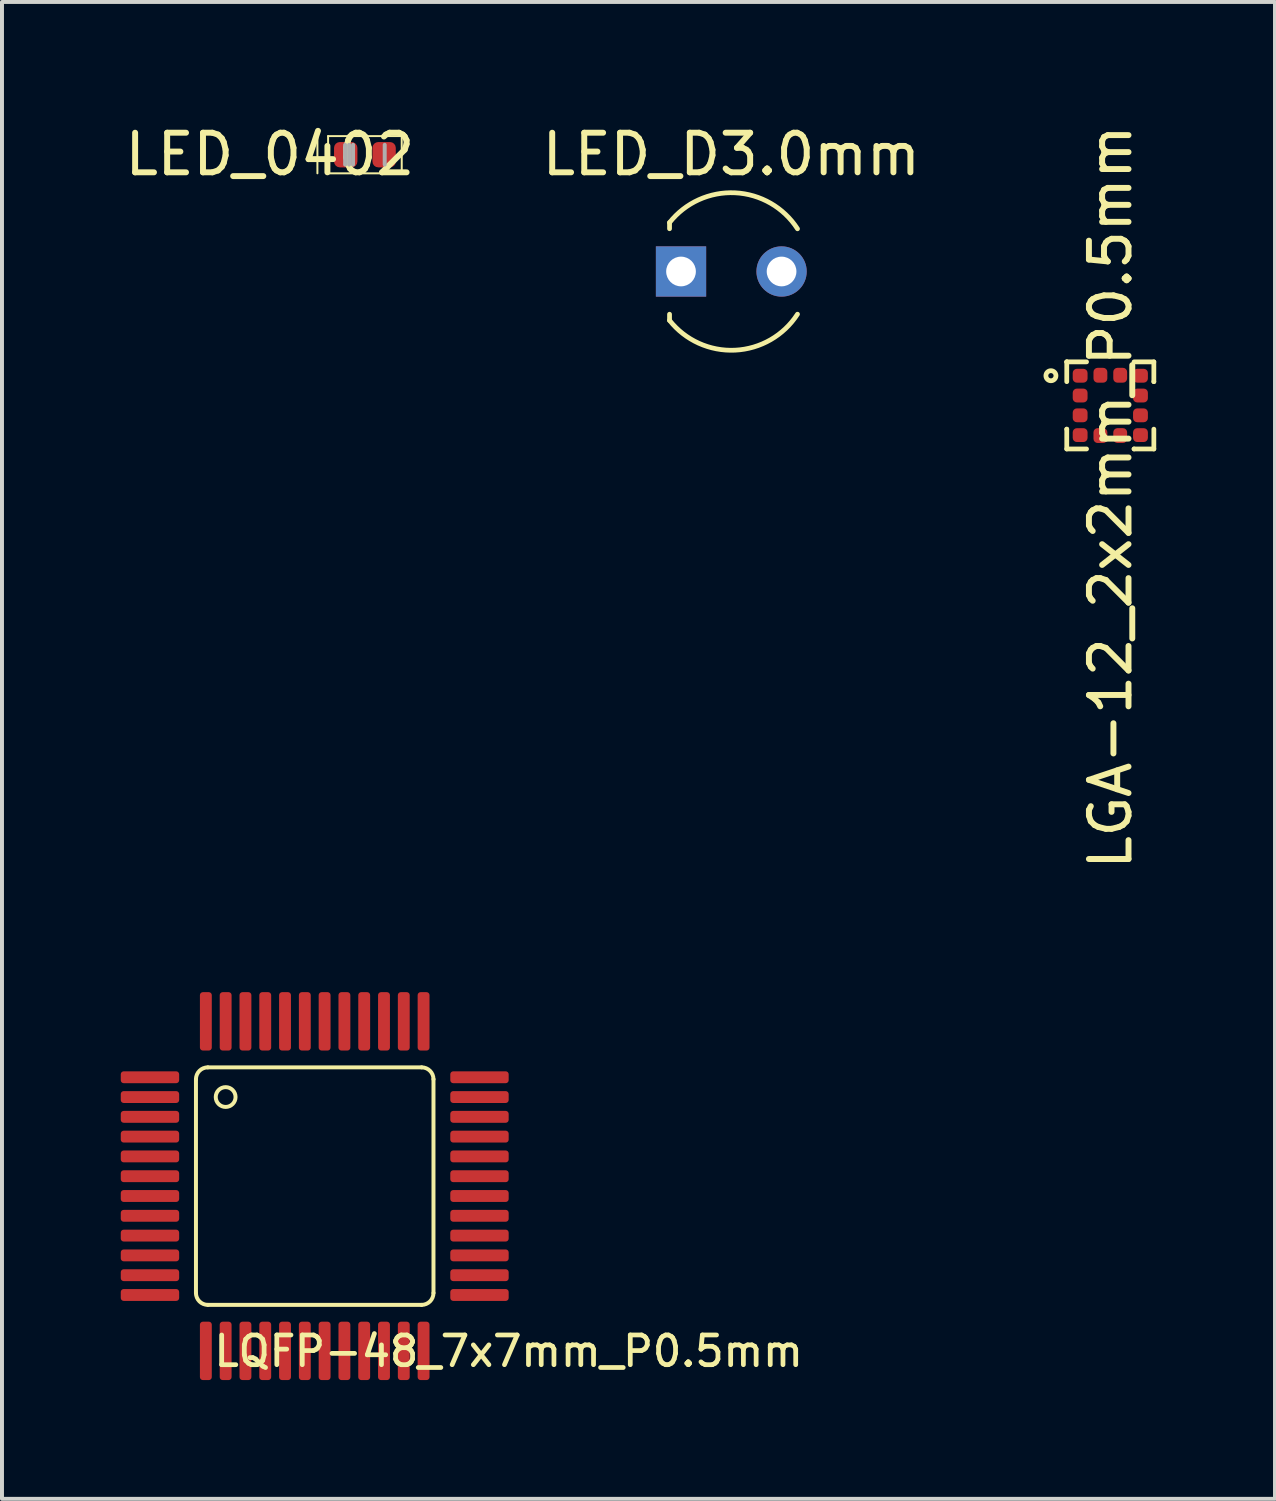
<source format=kicad_pcb>
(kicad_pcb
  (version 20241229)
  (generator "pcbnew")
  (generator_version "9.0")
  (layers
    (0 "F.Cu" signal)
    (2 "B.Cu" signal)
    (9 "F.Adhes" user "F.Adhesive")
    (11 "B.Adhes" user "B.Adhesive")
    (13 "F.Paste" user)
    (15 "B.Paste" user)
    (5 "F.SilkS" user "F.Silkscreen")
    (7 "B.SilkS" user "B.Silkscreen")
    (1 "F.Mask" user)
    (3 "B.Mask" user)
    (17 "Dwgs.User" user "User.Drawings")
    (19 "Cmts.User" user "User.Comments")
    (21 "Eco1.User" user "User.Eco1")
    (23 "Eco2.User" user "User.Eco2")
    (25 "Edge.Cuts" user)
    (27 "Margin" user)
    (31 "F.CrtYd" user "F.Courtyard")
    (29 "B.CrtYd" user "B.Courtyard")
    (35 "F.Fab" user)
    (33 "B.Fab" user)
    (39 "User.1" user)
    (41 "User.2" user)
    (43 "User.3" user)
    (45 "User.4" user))
  (footprint "LQFP-48_7x7mm_P0.5mm"
    (layer "F.Cu")
    (at 4.9 26.912)
    (property "Reference" "LQFP-48_7x7mm_P0.5mm" (at 4.9 4.17 180) (layer "F.SilkS") (effects (font (size 0.75 0.75) (thickness 0.12))))
    (attr smd)
    (fp_line (start -3 2.7) (end -3 -2.7) (stroke (width 0.1) (type solid)) (layer "F.SilkS"))
    (fp_line (start -2.7 -3) (end 2.7 -3) (stroke (width 0.1) (type solid)) (layer "F.SilkS"))
    (fp_line (start 2.7 3) (end -2.7 3) (stroke (width 0.1) (type solid)) (layer "F.SilkS"))
    (fp_line (start 3 -2.7) (end 3 2.7) (stroke (width 0.1) (type solid)) (layer "F.SilkS"))
    (fp_arc (start -3 -2.7) (mid -2.912132 -2.912132) (end -2.7 -3) (stroke (width 0.1) (type solid)) (layer "F.SilkS"))
    (fp_arc (start -2.7 3) (mid -2.912132 2.912132) (end -3 2.7) (stroke (width 0.1) (type solid)) (layer "F.SilkS"))
    (fp_arc (start 2.7 -3) (mid 2.912132 -2.912132) (end 3 -2.7) (stroke (width 0.1) (type solid)) (layer "F.SilkS"))
    (fp_arc (start 3 2.7) (mid 2.912132 2.912132) (end 2.7 3) (stroke (width 0.1) (type solid)) (layer "F.SilkS"))
    (fp_circle (center -2.25 -2.25) (end -2 -2.25) (stroke (width 0.1) (type solid)) (fill no) (layer "F.SilkS"))
    (pad "1" smd roundrect (at -4.162 -2.75) (size 1.475 0.3) (layers "F.Cu" "F.Mask" "F.Paste") (roundrect_rratio 0.25))
    (pad "2" smd roundrect (at -4.162 -2.25) (size 1.475 0.3) (layers "F.Cu" "F.Mask" "F.Paste") (roundrect_rratio 0.25))
    (pad "3" smd roundrect (at -4.162 -1.75) (size 1.475 0.3) (layers "F.Cu" "F.Mask" "F.Paste") (roundrect_rratio 0.25))
    (pad "4" smd roundrect (at -4.162 -1.25) (size 1.475 0.3) (layers "F.Cu" "F.Mask" "F.Paste") (roundrect_rratio 0.25))
    (pad "5" smd roundrect (at -4.162 -0.75) (size 1.475 0.3) (layers "F.Cu" "F.Mask" "F.Paste") (roundrect_rratio 0.25))
    (pad "6" smd roundrect (at -4.162 -0.25) (size 1.475 0.3) (layers "F.Cu" "F.Mask" "F.Paste") (roundrect_rratio 0.25))
    (pad "7" smd roundrect (at -4.162 0.25) (size 1.475 0.3) (layers "F.Cu" "F.Mask" "F.Paste") (roundrect_rratio 0.25))
    (pad "8" smd roundrect (at -4.162 0.75) (size 1.475 0.3) (layers "F.Cu" "F.Mask" "F.Paste") (roundrect_rratio 0.25))
    (pad "9" smd roundrect (at -4.162 1.25) (size 1.475 0.3) (layers "F.Cu" "F.Mask" "F.Paste") (roundrect_rratio 0.25))
    (pad "10" smd roundrect (at -4.162 1.75) (size 1.475 0.3) (layers "F.Cu" "F.Mask" "F.Paste") (roundrect_rratio 0.25))
    (pad "11" smd roundrect (at -4.162 2.25) (size 1.475 0.3) (layers "F.Cu" "F.Mask" "F.Paste") (roundrect_rratio 0.25))
    (pad "12" smd roundrect (at -4.162 2.75) (size 1.475 0.3) (layers "F.Cu" "F.Mask" "F.Paste") (roundrect_rratio 0.25))
    (pad "13" smd roundrect (at -2.75 4.162) (size 0.3 1.475) (layers "F.Cu" "F.Mask" "F.Paste") (roundrect_rratio 0.25))
    (pad "14" smd roundrect (at -2.25 4.162) (size 0.3 1.475) (layers "F.Cu" "F.Mask" "F.Paste") (roundrect_rratio 0.25))
    (pad "15" smd roundrect (at -1.75 4.162) (size 0.3 1.475) (layers "F.Cu" "F.Mask" "F.Paste") (roundrect_rratio 0.25))
    (pad "16" smd roundrect (at -1.25 4.162) (size 0.3 1.475) (layers "F.Cu" "F.Mask" "F.Paste") (roundrect_rratio 0.25))
    (pad "17" smd roundrect (at -0.75 4.162) (size 0.3 1.475) (layers "F.Cu" "F.Mask" "F.Paste") (roundrect_rratio 0.25))
    (pad "18" smd roundrect (at -0.25 4.162) (size 0.3 1.475) (layers "F.Cu" "F.Mask" "F.Paste") (roundrect_rratio 0.25))
    (pad "19" smd roundrect (at 0.25 4.162) (size 0.3 1.475) (layers "F.Cu" "F.Mask" "F.Paste") (roundrect_rratio 0.25))
    (pad "20" smd roundrect (at 0.75 4.162) (size 0.3 1.475) (layers "F.Cu" "F.Mask" "F.Paste") (roundrect_rratio 0.25))
    (pad "21" smd roundrect (at 1.25 4.162) (size 0.3 1.475) (layers "F.Cu" "F.Mask" "F.Paste") (roundrect_rratio 0.25))
    (pad "22" smd roundrect (at 1.75 4.162) (size 0.3 1.475) (layers "F.Cu" "F.Mask" "F.Paste") (roundrect_rratio 0.25))
    (pad "23" smd roundrect (at 2.25 4.162) (size 0.3 1.475) (layers "F.Cu" "F.Mask" "F.Paste") (roundrect_rratio 0.25))
    (pad "24" smd roundrect (at 2.75 4.162) (size 0.3 1.475) (layers "F.Cu" "F.Mask" "F.Paste") (roundrect_rratio 0.25))
    (pad "25" smd roundrect (at 4.162 2.75) (size 1.475 0.3) (layers "F.Cu" "F.Mask" "F.Paste") (roundrect_rratio 0.25))
    (pad "26" smd roundrect (at 4.162 2.25) (size 1.475 0.3) (layers "F.Cu" "F.Mask" "F.Paste") (roundrect_rratio 0.25))
    (pad "27" smd roundrect (at 4.162 1.75) (size 1.475 0.3) (layers "F.Cu" "F.Mask" "F.Paste") (roundrect_rratio 0.25))
    (pad "28" smd roundrect (at 4.162 1.25) (size 1.475 0.3) (layers "F.Cu" "F.Mask" "F.Paste") (roundrect_rratio 0.25))
    (pad "29" smd roundrect (at 4.162 0.75) (size 1.475 0.3) (layers "F.Cu" "F.Mask" "F.Paste") (roundrect_rratio 0.25))
    (pad "30" smd roundrect (at 4.162 0.25) (size 1.475 0.3) (layers "F.Cu" "F.Mask" "F.Paste") (roundrect_rratio 0.25))
    (pad "31" smd roundrect (at 4.162 -0.25) (size 1.475 0.3) (layers "F.Cu" "F.Mask" "F.Paste") (roundrect_rratio 0.25))
    (pad "32" smd roundrect (at 4.162 -0.75) (size 1.475 0.3) (layers "F.Cu" "F.Mask" "F.Paste") (roundrect_rratio 0.25))
    (pad "33" smd roundrect (at 4.162 -1.25) (size 1.475 0.3) (layers "F.Cu" "F.Mask" "F.Paste") (roundrect_rratio 0.25))
    (pad "34" smd roundrect (at 4.162 -1.75) (size 1.475 0.3) (layers "F.Cu" "F.Mask" "F.Paste") (roundrect_rratio 0.25))
    (pad "35" smd roundrect (at 4.162 -2.25) (size 1.475 0.3) (layers "F.Cu" "F.Mask" "F.Paste") (roundrect_rratio 0.25))
    (pad "36" smd roundrect (at 4.162 -2.75) (size 1.475 0.3) (layers "F.Cu" "F.Mask" "F.Paste") (roundrect_rratio 0.25))
    (pad "37" smd roundrect (at 2.75 -4.162) (size 0.3 1.475) (layers "F.Cu" "F.Mask" "F.Paste") (roundrect_rratio 0.25))
    (pad "38" smd roundrect (at 2.25 -4.162) (size 0.3 1.475) (layers "F.Cu" "F.Mask" "F.Paste") (roundrect_rratio 0.25))
    (pad "39" smd roundrect (at 1.75 -4.162) (size 0.3 1.475) (layers "F.Cu" "F.Mask" "F.Paste") (roundrect_rratio 0.25))
    (pad "40" smd roundrect (at 1.25 -4.162) (size 0.3 1.475) (layers "F.Cu" "F.Mask" "F.Paste") (roundrect_rratio 0.25))
    (pad "41" smd roundrect (at 0.75 -4.162) (size 0.3 1.475) (layers "F.Cu" "F.Mask" "F.Paste") (roundrect_rratio 0.25))
    (pad "42" smd roundrect (at 0.25 -4.162) (size 0.3 1.475) (layers "F.Cu" "F.Mask" "F.Paste") (roundrect_rratio 0.25))
    (pad "43" smd roundrect (at -0.25 -4.162) (size 0.3 1.475) (layers "F.Cu" "F.Mask" "F.Paste") (roundrect_rratio 0.25))
    (pad "44" smd roundrect (at -0.75 -4.162) (size 0.3 1.475) (layers "F.Cu" "F.Mask" "F.Paste") (roundrect_rratio 0.25))
    (pad "45" smd roundrect (at -1.25 -4.162) (size 0.3 1.475) (layers "F.Cu" "F.Mask" "F.Paste") (roundrect_rratio 0.25))
    (pad "46" smd roundrect (at -1.75 -4.162) (size 0.3 1.475) (layers "F.Cu" "F.Mask" "F.Paste") (roundrect_rratio 0.25))
    (pad "47" smd roundrect (at -2.25 -4.162) (size 0.3 1.475) (layers "F.Cu" "F.Mask" "F.Paste") (roundrect_rratio 0.25))
    (pad "48" smd roundrect (at -2.75 -4.162) (size 0.3 1.475) (layers "F.Cu" "F.Mask" "F.Paste") (roundrect_rratio 0.25)))
  (footprint "LGA-12_2x2mm_P0.5mm"
    (layer "F.Cu")
    (at 24.997 7.191)
    (property "Reference" "LGA-12_2x2mm_P0.5mm" (at 0.005 2.315 270) (layer "F.SilkS") (effects (font (size 1 1) (thickness 0.15))))
    (attr smd)
    (fp_line (start -1.1 -1.1) (end -1.1 -1.1) (stroke (width 0.12) (type solid)) (layer "F.SilkS"))
    (fp_line (start -1.1 -1.1) (end -1.1 -0.6) (stroke (width 0.12) (type solid)) (layer "F.SilkS"))
    (fp_line (start -1.1 0.6) (end -1.1 0.6) (stroke (width 0.12) (type solid)) (layer "F.SilkS"))
    (fp_line (start -1.1 1.1) (end -1.1 0.6) (stroke (width 0.12) (type solid)) (layer "F.SilkS"))
    (fp_line (start -0.6 -1.1) (end -1.1 -1.1) (stroke (width 0.12) (type solid)) (layer "F.SilkS"))
    (fp_line (start -0.6 1.1) (end -1.1 1.1) (stroke (width 0.12) (type solid)) (layer "F.SilkS"))
    (fp_line (start 0.6 -1.1) (end 1.1 -1.1) (stroke (width 0.12) (type solid)) (layer "F.SilkS"))
    (fp_line (start 0.6 1.1) (end 0.6 1.1) (stroke (width 0.12) (type solid)) (layer "F.SilkS"))
    (fp_line (start 1.1 -1.1) (end 1.1 -0.6) (stroke (width 0.12) (type solid)) (layer "F.SilkS"))
    (fp_line (start 1.1 -0.6) (end 1.1 -0.6) (stroke (width 0.12) (type solid)) (layer "F.SilkS"))
    (fp_line (start 1.1 0.6) (end 1.1 1.1) (stroke (width 0.12) (type solid)) (layer "F.SilkS"))
    (fp_line (start 1.1 1.1) (end 0.6 1.1) (stroke (width 0.12) (type solid)) (layer "F.SilkS"))
    (fp_circle (center -1.5 -0.75) (end -1.373 -0.75) (stroke (width 0.12) (type solid)) (fill no) (layer "F.SilkS"))
    (pad "1" smd roundrect (at -0.762 -0.75) (size 0.375 0.35) (layers "F.Cu" "F.Mask" "F.Paste") (roundrect_rratio 0.3))
    (pad "2" smd roundrect (at -0.762 -0.25) (size 0.375 0.35) (layers "F.Cu" "F.Mask" "F.Paste") (roundrect_rratio 0.3))
    (pad "3" smd roundrect (at -0.762 0.25) (size 0.375 0.35) (layers "F.Cu" "F.Mask" "F.Paste") (roundrect_rratio 0.3))
    (pad "4" smd roundrect (at -0.762 0.75) (size 0.375 0.35) (layers "F.Cu" "F.Mask" "F.Paste") (roundrect_rratio 0.3))
    (pad "5" smd roundrect (at -0.25 0.762 90) (size 0.375 0.35) (layers "F.Cu" "F.Mask" "F.Paste") (roundrect_rratio 0.3))
    (pad "6" smd roundrect (at 0.25 0.762 90) (size 0.375 0.35) (layers "F.Cu" "F.Mask" "F.Paste") (roundrect_rratio 0.3))
    (pad "7" smd roundrect (at 0.762 0.75) (size 0.375 0.35) (layers "F.Cu" "F.Mask" "F.Paste") (roundrect_rratio 0.3))
    (pad "8" smd roundrect (at 0.762 0.25) (size 0.375 0.35) (layers "F.Cu" "F.Mask" "F.Paste") (roundrect_rratio 0.3))
    (pad "9" smd roundrect (at 0.762 -0.25) (size 0.375 0.35) (layers "F.Cu" "F.Mask" "F.Paste") (roundrect_rratio 0.3))
    (pad "10" smd roundrect (at 0.762 -0.75) (size 0.375 0.35) (layers "F.Cu" "F.Mask" "F.Paste") (roundrect_rratio 0.3))
    (pad "11" smd roundrect (at 0.25 -0.762 90) (size 0.375 0.35) (layers "F.Cu" "F.Mask" "F.Paste") (roundrect_rratio 0.3))
    (pad "12" smd roundrect (at -0.25 -0.762 90) (size 0.375 0.35) (layers "F.Cu" "F.Mask" "F.Paste") (roundrect_rratio 0.3)))
  (footprint "LED_0402"
    (layer "F.Cu")
    (at 6.168 0.858)
    (property "Reference" "LED_0402" (at -2.4 -0.01 0) (layer "F.SilkS") (effects (font (size 1 1) (thickness 0.15))))
    (attr smd)
    (fp_line (start -1.2 -0.47) (end -1.2 0.47) (stroke (width 0.05) (type solid)) (layer "F.SilkS"))
    (fp_line (start -0.93 -0.47) (end 0.93 -0.47) (stroke (width 0.05) (type solid)) (layer "F.SilkS"))
    (fp_line (start -0.93 0.47) (end -0.93 -0.47) (stroke (width 0.05) (type solid)) (layer "F.SilkS"))
    (fp_line (start 0.93 -0.47) (end 0.93 0.47) (stroke (width 0.05) (type solid)) (layer "F.SilkS"))
    (fp_line (start 0.93 0.47) (end -0.93 0.47) (stroke (width 0.05) (type solid)) (layer "F.SilkS"))
    (fp_line (start -0.5 0.25) (end -0.5 -0.25) (stroke (width 0.1) (type solid)) (layer "F.Fab"))
    (fp_line (start -0.4 0.25) (end -0.4 -0.25) (stroke (width 0.1) (type solid)) (layer "F.Fab"))
    (fp_line (start -0.3 0.25) (end -0.3 -0.25) (stroke (width 0.1) (type solid)) (layer "F.Fab"))
    (fp_line (start 0.5 -0.25) (end 0.5 0.25) (stroke (width 0.1) (type solid)) (layer "F.Fab"))
    (pad "1" smd roundrect (at -0.485 0) (size 0.59 0.64) (layers "F.Cu" "F.Mask" "F.Paste") (roundrect_rratio 0.25))
    (pad "2" smd roundrect (at 0.485 0) (size 0.59 0.64) (layers "F.Cu" "F.Mask" "F.Paste") (roundrect_rratio 0.25)))
  (footprint "LED_D3.0mm"
    (layer "F.Cu")
    (at 14.153 3.808)
    (property "Reference" "LED_D3.0mm" (at 1.27 -2.96 0) (layer "F.SilkS") (effects (font (size 1 1) (thickness 0.15))))
    (attr through_hole)
    (fp_line (start -0.29 -1.236) (end -0.29 -1.08) (stroke (width 0.12) (type solid)) (layer "F.SilkS"))
    (fp_line (start -0.29 1.08) (end -0.29 1.236) (stroke (width 0.12) (type solid)) (layer "F.SilkS"))
    (fp_arc (start -0.29 -1.235516) (mid 1.366487 -1.987659) (end 2.942335 -1.078608) (stroke (width 0.12) (type solid)) (layer "F.SilkS"))
    (fp_arc (start 2.942335 1.078608) (mid 1.366487 1.987659) (end -0.29 1.235516) (stroke (width 0.12) (type solid)) (layer "F.SilkS"))
    (pad "1" thru_hole rect (at 0 0) (size 1.27 1.27) (drill 0.75) (layers "*.Cu" "*.Mask"))
    (pad "2" thru_hole circle (at 2.54 0) (size 1.27 1.27) (drill 0.75) (layers "*.Cu" "*.Mask")))
  (gr_rect
    (start -3 -3)
    (end 29.157 34.812)
    (stroke (width 0.1) (type default))
    (fill no)
    (layer "Edge.Cuts")))
</source>
